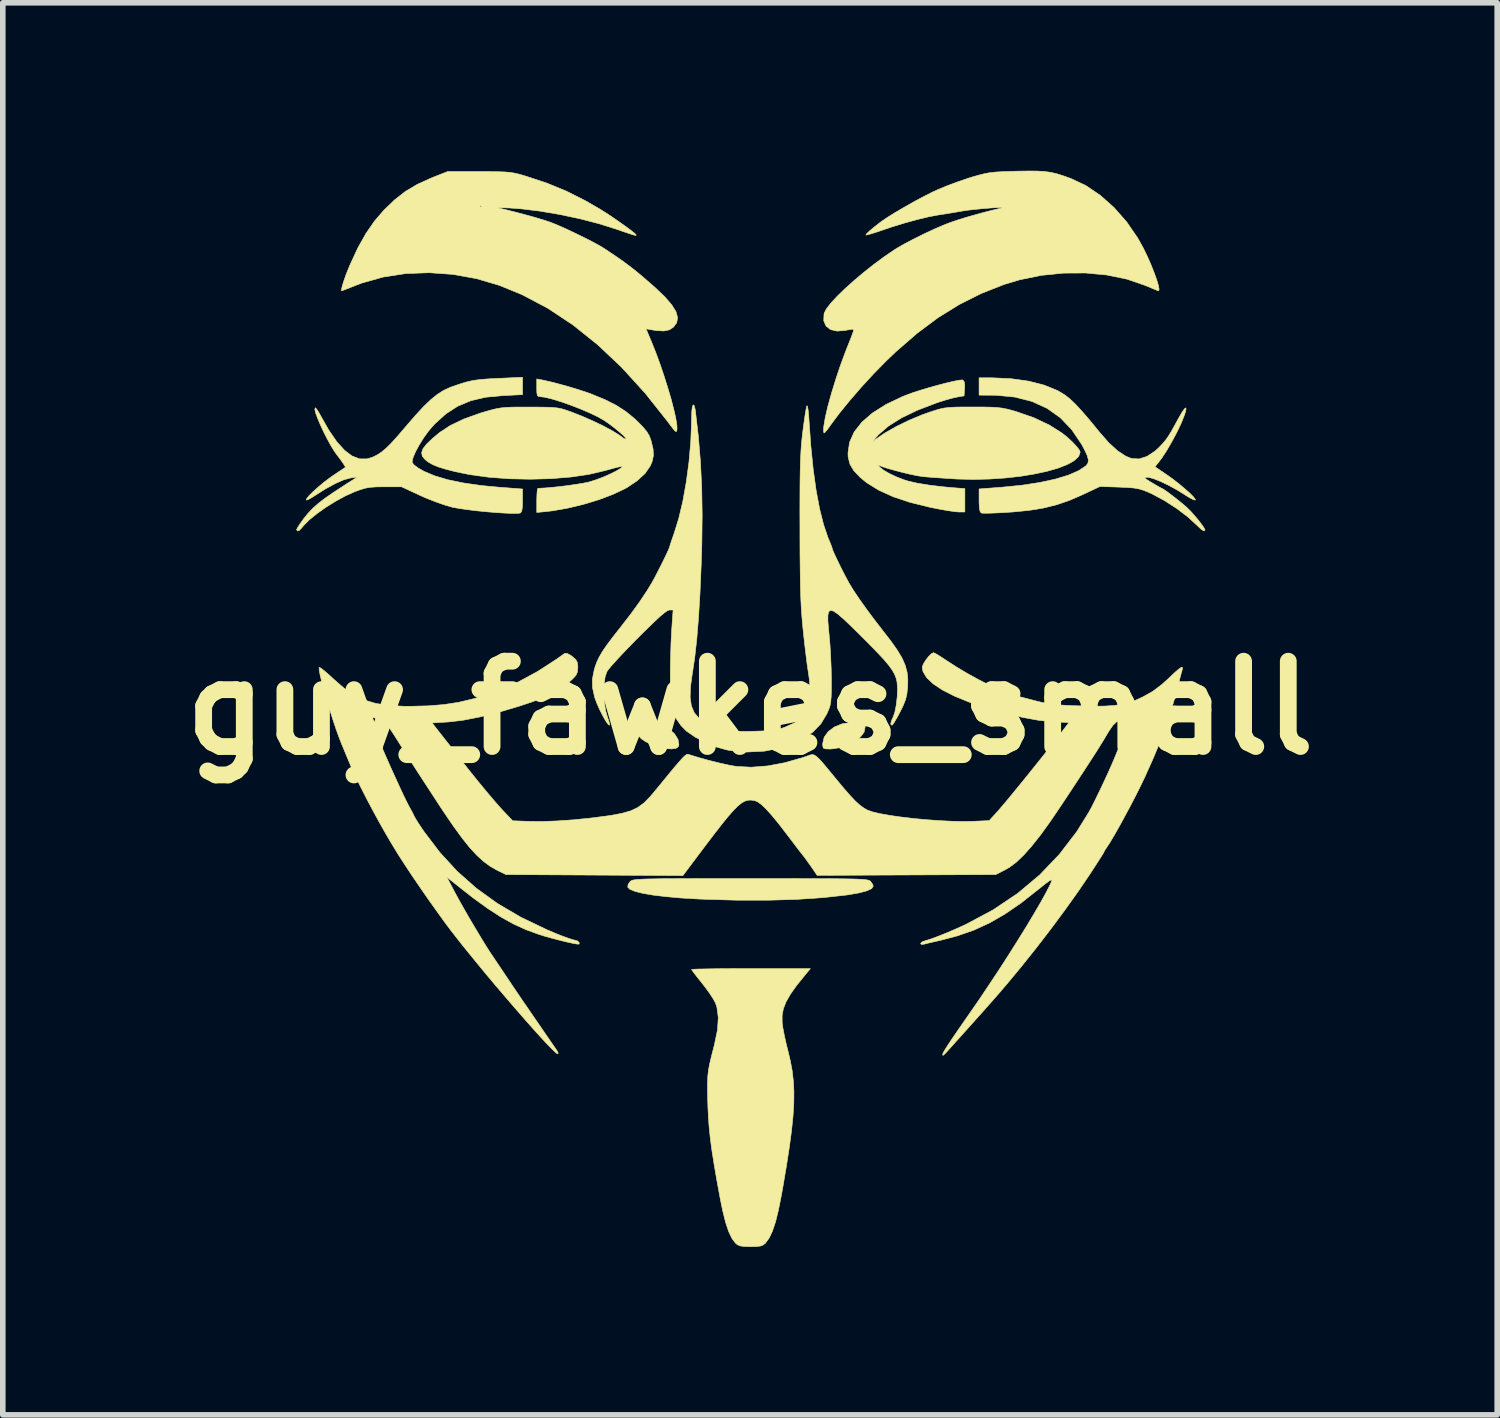
<source format=kicad_pcb>
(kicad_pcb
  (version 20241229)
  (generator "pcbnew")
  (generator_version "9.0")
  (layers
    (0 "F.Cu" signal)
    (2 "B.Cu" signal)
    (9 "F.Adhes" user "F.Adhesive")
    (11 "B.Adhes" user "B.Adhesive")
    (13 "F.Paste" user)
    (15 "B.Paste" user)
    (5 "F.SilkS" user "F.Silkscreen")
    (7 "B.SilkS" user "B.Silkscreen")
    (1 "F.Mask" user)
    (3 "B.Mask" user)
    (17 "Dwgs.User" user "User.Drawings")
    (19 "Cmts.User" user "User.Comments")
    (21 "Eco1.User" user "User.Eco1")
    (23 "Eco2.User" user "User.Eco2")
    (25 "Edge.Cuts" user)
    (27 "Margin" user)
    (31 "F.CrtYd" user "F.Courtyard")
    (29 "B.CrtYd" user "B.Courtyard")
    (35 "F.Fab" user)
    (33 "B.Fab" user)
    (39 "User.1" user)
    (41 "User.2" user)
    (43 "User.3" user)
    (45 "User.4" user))
  (footprint "guy_fawkes_small"
    (layer "F.Cu")
    (at 10.349 9.597)
    (property "Reference" "guy_fawkes_small" (at 0 0 0) (layer "F.SilkS") (effects (font (size 1.524 1.524) (thickness 0.3))))
    (attr through_hole)
    (fp_poly (pts (xy -1.792 0.259) (xy -1.677 0.268) (xy -1.594 0.287) (xy -1.52 0.323) (xy -1.453 0.369) (xy -1.349 0.462) (xy -1.287 0.561) (xy -1.271 0.654) (xy -1.28 0.69) (xy -1.32 0.721) (xy -1.4 0.733) (xy -1.506 0.726) (xy -1.627 0.7) (xy -1.731 0.665) (xy -1.859 0.606) (xy -1.945 0.549) (xy -2.002 0.482) (xy -2.033 0.421) (xy -2.053 0.344) (xy -2.036 0.293) (xy -1.975 0.265) (xy -1.868 0.256) (xy -1.792 0.259)) (stroke (width 0.01) (type solid)) (fill yes) (layer "F.SilkS"))
    (fp_poly (pts (xy 1.867 0.26) (xy 1.965 0.266) (xy 2.019 0.276) (xy 2.044 0.298) (xy 2.054 0.337) (xy 2.055 0.348) (xy 2.038 0.432) (xy 1.975 0.516) (xy 1.876 0.595) (xy 1.752 0.661) (xy 1.611 0.709) (xy 1.465 0.732) (xy 1.422 0.734) (xy 1.345 0.731) (xy 1.309 0.716) (xy 1.299 0.676) (xy 1.298 0.637) (xy 1.325 0.522) (xy 1.398 0.421) (xy 1.509 0.339) (xy 1.648 0.283) (xy 1.807 0.259) (xy 1.867 0.26)) (stroke (width 0.01) (type solid)) (fill yes) (layer "F.SilkS"))
    (fp_poly (pts (xy 0.404 3.048) (xy 0.747 3.048) (xy 1.04 3.049) (xy 1.288 3.05) (xy 1.496 3.051) (xy 1.666 3.053) (xy 1.803 3.055) (xy 1.911 3.058) (xy 1.993 3.062) (xy 2.053 3.067) (xy 2.095 3.073) (xy 2.123 3.08) (xy 2.141 3.088) (xy 2.153 3.098) (xy 2.155 3.1) (xy 2.191 3.152) (xy 2.201 3.184) (xy 2.173 3.227) (xy 2.089 3.267) (xy 1.949 3.304) (xy 1.755 3.338) (xy 1.719 3.343) (xy 1.301 3.389) (xy 0.836 3.42) (xy 0.328 3.435) (xy -0.214 3.435) (xy -0.785 3.419) (xy -0.931 3.413) (xy -1.234 3.395) (xy -1.501 3.371) (xy -1.729 3.344) (xy -1.916 3.312) (xy -2.056 3.277) (xy -2.147 3.239) (xy -2.184 3.203) (xy -2.178 3.153) (xy -2.144 3.104) (xy -2.132 3.093) (xy -2.117 3.084) (xy -2.094 3.076) (xy -2.06 3.07) (xy -2.01 3.064) (xy -1.941 3.06) (xy -1.849 3.056) (xy -1.73 3.054) (xy -1.581 3.051) (xy -1.396 3.05) (xy -1.173 3.049) (xy -0.908 3.048) (xy -0.596 3.048) (xy -0.234 3.048) (xy 0.01 3.048) (xy 0.404 3.048)) (stroke (width 0.01) (type solid)) (fill yes) (layer "F.SilkS"))
    (fp_poly (pts (xy 0.99 4.763) (xy 0.837 4.952) (xy 0.723 5.112) (xy 0.644 5.25) (xy 0.595 5.376) (xy 0.573 5.496) (xy 0.574 5.62) (xy 0.575 5.63) (xy 0.589 5.728) (xy 0.615 5.861) (xy 0.648 6.01) (xy 0.677 6.124) (xy 0.72 6.305) (xy 0.753 6.482) (xy 0.774 6.664) (xy 0.784 6.855) (xy 0.782 7.063) (xy 0.768 7.292) (xy 0.742 7.549) (xy 0.703 7.841) (xy 0.652 8.173) (xy 0.588 8.551) (xy 0.56 8.707) (xy 0.508 8.969) (xy 0.456 9.18) (xy 0.401 9.345) (xy 0.342 9.47) (xy 0.277 9.559) (xy 0.276 9.56) (xy 0.236 9.594) (xy 0.186 9.613) (xy 0.11 9.622) (xy 0.009 9.624) (xy -0.105 9.621) (xy -0.179 9.61) (xy -0.228 9.588) (xy -0.257 9.564) (xy -0.322 9.479) (xy -0.381 9.356) (xy -0.437 9.189) (xy -0.49 8.975) (xy -0.533 8.763) (xy -0.593 8.437) (xy -0.641 8.157) (xy -0.68 7.912) (xy -0.709 7.695) (xy -0.73 7.495) (xy -0.744 7.302) (xy -0.753 7.109) (xy -0.755 7.038) (xy -0.76 6.853) (xy -0.76 6.708) (xy -0.755 6.588) (xy -0.743 6.476) (xy -0.721 6.358) (xy -0.688 6.218) (xy -0.643 6.042) (xy -0.635 6.011) (xy -0.581 5.751) (xy -0.567 5.529) (xy -0.592 5.345) (xy -0.618 5.27) (xy -0.659 5.194) (xy -0.727 5.091) (xy -0.809 4.979) (xy -0.858 4.916) (xy -0.935 4.82) (xy -0.996 4.741) (xy -1.035 4.688) (xy -1.044 4.672) (xy -1.017 4.669) (xy -0.94 4.665) (xy -0.818 4.663) (xy -0.658 4.66) (xy -0.467 4.658) (xy -0.25 4.657) (xy -0.014 4.657) (xy 0.017 4.657) (xy 1.078 4.657) (xy 0.99 4.763)) (stroke (width 0.01) (type solid)) (fill yes) (layer "F.SilkS"))
    (fp_poly (pts (xy 3.8 -5.858) (xy 3.826 -5.829) (xy 3.835 -5.761) (xy 3.833 -5.709) (xy 3.824 -5.575) (xy 3.7 -5.554) (xy 3.616 -5.535) (xy 3.499 -5.503) (xy 3.372 -5.463) (xy 3.334 -5.45) (xy 2.993 -5.32) (xy 2.706 -5.182) (xy 2.472 -5.035) (xy 2.294 -4.881) (xy 2.244 -4.825) (xy 2.187 -4.755) (xy 2.244 -4.799) (xy 2.409 -4.912) (xy 2.613 -5.028) (xy 2.841 -5.139) (xy 3.075 -5.237) (xy 3.211 -5.285) (xy 3.313 -5.318) (xy 3.396 -5.342) (xy 3.474 -5.358) (xy 3.56 -5.368) (xy 3.664 -5.374) (xy 3.8 -5.376) (xy 3.979 -5.376) (xy 4.163 -5.376) (xy 4.303 -5.373) (xy 4.412 -5.367) (xy 4.504 -5.356) (xy 4.591 -5.339) (xy 4.687 -5.314) (xy 4.755 -5.294) (xy 5.072 -5.184) (xy 5.354 -5.05) (xy 5.573 -4.911) (xy 5.67 -4.834) (xy 5.761 -4.749) (xy 5.836 -4.669) (xy 5.885 -4.604) (xy 5.898 -4.569) (xy 5.871 -4.492) (xy 5.793 -4.419) (xy 5.669 -4.349) (xy 5.506 -4.285) (xy 5.308 -4.228) (xy 5.08 -4.179) (xy 4.83 -4.138) (xy 4.561 -4.108) (xy 4.28 -4.089) (xy 3.992 -4.082) (xy 3.702 -4.089) (xy 3.634 -4.093) (xy 3.472 -4.104) (xy 3.319 -4.114) (xy 3.189 -4.124) (xy 3.096 -4.132) (xy 3.073 -4.135) (xy 2.984 -4.149) (xy 2.864 -4.174) (xy 2.729 -4.206) (xy 2.592 -4.242) (xy 2.469 -4.276) (xy 2.374 -4.306) (xy 2.329 -4.324) (xy 2.29 -4.343) (xy 2.294 -4.33) (xy 2.319 -4.301) (xy 2.386 -4.247) (xy 2.492 -4.186) (xy 2.62 -4.126) (xy 2.755 -4.074) (xy 2.822 -4.053) (xy 2.993 -4.014) (xy 3.21 -3.979) (xy 3.465 -3.949) (xy 3.619 -3.935) (xy 3.838 -3.918) (xy 3.838 -3.5) (xy 3.718 -3.501) (xy 3.646 -3.508) (xy 3.533 -3.525) (xy 3.394 -3.549) (xy 3.243 -3.579) (xy 3.217 -3.584) (xy 2.863 -3.671) (xy 2.559 -3.772) (xy 2.301 -3.889) (xy 2.086 -4.022) (xy 1.971 -4.116) (xy 1.855 -4.237) (xy 1.785 -4.354) (xy 1.753 -4.482) (xy 1.75 -4.552) (xy 1.778 -4.745) (xy 1.86 -4.929) (xy 1.997 -5.104) (xy 2.186 -5.268) (xy 2.426 -5.42) (xy 2.717 -5.559) (xy 2.802 -5.593) (xy 2.914 -5.634) (xy 3.051 -5.678) (xy 3.202 -5.723) (xy 3.356 -5.766) (xy 3.502 -5.804) (xy 3.631 -5.834) (xy 3.73 -5.854) (xy 3.79 -5.86) (xy 3.8 -5.858)) (stroke (width 0.01) (type solid)) (fill yes) (layer "F.SilkS"))
    (fp_poly (pts (xy -3.718 -5.86) (xy -3.58 -5.83) (xy -3.409 -5.786) (xy -3.223 -5.734) (xy -3.043 -5.679) (xy -2.887 -5.627) (xy -2.836 -5.608) (xy -2.592 -5.508) (xy -2.39 -5.406) (xy -2.219 -5.296) (xy -2.065 -5.17) (xy -2.015 -5.122) (xy -1.913 -5.019) (xy -1.845 -4.937) (xy -1.8 -4.862) (xy -1.769 -4.779) (xy -1.767 -4.771) (xy -1.732 -4.625) (xy -1.726 -4.508) (xy -1.749 -4.401) (xy -1.78 -4.327) (xy -1.873 -4.191) (xy -2.016 -4.059) (xy -2.201 -3.935) (xy -2.23 -3.919) (xy -2.443 -3.818) (xy -2.696 -3.722) (xy -2.972 -3.638) (xy -3.254 -3.57) (xy -3.525 -3.522) (xy -3.619 -3.511) (xy -3.81 -3.492) (xy -3.81 -3.707) (xy -3.807 -3.81) (xy -3.801 -3.886) (xy -3.791 -3.922) (xy -3.789 -3.923) (xy -3.656 -3.93) (xy -3.492 -3.945) (xy -3.315 -3.965) (xy -3.142 -3.989) (xy -2.989 -4.013) (xy -2.874 -4.037) (xy -2.866 -4.039) (xy -2.753 -4.075) (xy -2.628 -4.122) (xy -2.504 -4.176) (xy -2.395 -4.23) (xy -2.314 -4.279) (xy -2.275 -4.313) (xy -2.295 -4.315) (xy -2.359 -4.302) (xy -2.457 -4.277) (xy -2.58 -4.243) (xy -2.591 -4.24) (xy -2.876 -4.173) (xy -3.201 -4.125) (xy -3.555 -4.096) (xy -3.925 -4.086) (xy -4.298 -4.094) (xy -4.663 -4.121) (xy -5.005 -4.168) (xy -5.263 -4.22) (xy -5.441 -4.266) (xy -5.575 -4.308) (xy -5.674 -4.349) (xy -5.751 -4.394) (xy -5.807 -4.439) (xy -5.855 -4.498) (xy -5.867 -4.561) (xy -5.842 -4.632) (xy -5.775 -4.717) (xy -5.665 -4.821) (xy -5.546 -4.92) (xy -5.356 -5.045) (xy -5.114 -5.161) (xy -4.821 -5.266) (xy -4.727 -5.294) (xy -4.622 -5.324) (xy -4.533 -5.345) (xy -4.448 -5.36) (xy -4.354 -5.369) (xy -4.239 -5.374) (xy -4.09 -5.375) (xy -3.937 -5.375) (xy -3.755 -5.374) (xy -3.618 -5.372) (xy -3.514 -5.367) (xy -3.432 -5.358) (xy -3.361 -5.343) (xy -3.289 -5.321) (xy -3.204 -5.291) (xy -3.189 -5.286) (xy -2.995 -5.209) (xy -2.801 -5.124) (xy -2.618 -5.036) (xy -2.459 -4.95) (xy -2.334 -4.873) (xy -2.279 -4.831) (xy -2.235 -4.804) (xy -2.214 -4.804) (xy -2.226 -4.828) (xy -2.273 -4.877) (xy -2.346 -4.941) (xy -2.433 -5.012) (xy -2.525 -5.081) (xy -2.61 -5.14) (xy -2.611 -5.14) (xy -2.725 -5.204) (xy -2.872 -5.274) (xy -3.038 -5.345) (xy -3.213 -5.412) (xy -3.383 -5.472) (xy -3.537 -5.519) (xy -3.663 -5.55) (xy -3.743 -5.56) (xy -3.781 -5.564) (xy -3.801 -5.587) (xy -3.809 -5.64) (xy -3.81 -5.719) (xy -3.81 -5.877) (xy -3.718 -5.86)) (stroke (width 0.01) (type solid)) (fill yes) (layer "F.SilkS"))
    (fp_poly (pts (xy -4.645 -9.581) (xy -4.495 -9.579) (xy -4.38 -9.575) (xy -4.287 -9.567) (xy -4.207 -9.554) (xy -4.127 -9.536) (xy -4.038 -9.51) (xy -4.008 -9.501) (xy -3.63 -9.376) (xy -3.282 -9.233) (xy -2.941 -9.061) (xy -2.696 -8.92) (xy -2.587 -8.852) (xy -2.468 -8.774) (xy -2.348 -8.691) (xy -2.235 -8.611) (xy -2.139 -8.54) (xy -2.069 -8.485) (xy -2.034 -8.452) (xy -2.032 -8.447) (xy -2.042 -8.442) (xy -2.078 -8.449) (xy -2.146 -8.47) (xy -2.254 -8.506) (xy -2.385 -8.552) (xy -2.693 -8.649) (xy -3.035 -8.738) (xy -3.394 -8.814) (xy -3.75 -8.875) (xy -4.086 -8.916) (xy -4.29 -8.931) (xy -4.395 -8.935) (xy -4.467 -8.935) (xy -4.496 -8.933) (xy -4.487 -8.929) (xy -4.356 -8.899) (xy -4.198 -8.859) (xy -4.027 -8.814) (xy -3.859 -8.768) (xy -3.709 -8.723) (xy -3.593 -8.686) (xy -3.556 -8.673) (xy -3.434 -8.623) (xy -3.284 -8.557) (xy -3.12 -8.479) (xy -2.956 -8.399) (xy -2.804 -8.321) (xy -2.679 -8.253) (xy -2.603 -8.207) (xy -2.408 -8.076) (xy -2.245 -7.962) (xy -2.099 -7.852) (xy -1.954 -7.734) (xy -1.794 -7.596) (xy -1.696 -7.51) (xy -1.523 -7.345) (xy -1.399 -7.202) (xy -1.323 -7.079) (xy -1.294 -6.973) (xy -1.31 -6.881) (xy -1.369 -6.802) (xy -1.443 -6.754) (xy -1.541 -6.734) (xy -1.673 -6.742) (xy -1.74 -6.752) (xy -1.858 -6.773) (xy -1.76 -6.54) (xy -1.685 -6.353) (xy -1.61 -6.149) (xy -1.538 -5.936) (xy -1.471 -5.724) (xy -1.411 -5.522) (xy -1.363 -5.337) (xy -1.327 -5.18) (xy -1.307 -5.058) (xy -1.304 -4.987) (xy -1.309 -4.949) (xy -1.32 -4.935) (xy -1.344 -4.952) (xy -1.386 -5.002) (xy -1.455 -5.093) (xy -1.467 -5.111) (xy -1.873 -5.622) (xy -2.291 -6.082) (xy -2.721 -6.488) (xy -3.162 -6.841) (xy -3.613 -7.14) (xy -4.075 -7.384) (xy -4.473 -7.547) (xy -4.885 -7.669) (xy -5.307 -7.745) (xy -5.731 -7.775) (xy -6.149 -7.76) (xy -6.552 -7.698) (xy -6.933 -7.591) (xy -7.043 -7.549) (xy -7.15 -7.507) (xy -7.236 -7.473) (xy -7.287 -7.454) (xy -7.296 -7.451) (xy -7.299 -7.475) (xy -7.284 -7.54) (xy -7.254 -7.636) (xy -7.213 -7.752) (xy -7.163 -7.876) (xy -7.146 -7.916) (xy -7.006 -8.219) (xy -6.862 -8.475) (xy -6.709 -8.697) (xy -6.542 -8.891) (xy -6.469 -8.961) (xy -4.826 -8.961) (xy -4.812 -8.946) (xy -4.798 -8.961) (xy -4.812 -8.975) (xy -4.826 -8.961) (xy -6.469 -8.961) (xy -6.348 -9.078) (xy -6.156 -9.228) (xy -5.947 -9.352) (xy -5.704 -9.463) (xy -5.64 -9.489) (xy -5.405 -9.581) (xy -4.84 -9.581) (xy -4.645 -9.581)) (stroke (width 0.01) (type solid)) (fill yes) (layer "F.SilkS"))
    (fp_poly (pts (xy 4.311 -5.898) (xy 4.659 -5.882) (xy 4.977 -5.838) (xy 5.258 -5.766) (xy 5.497 -5.668) (xy 5.627 -5.59) (xy 5.714 -5.521) (xy 5.817 -5.423) (xy 5.939 -5.29) (xy 6.085 -5.12) (xy 6.244 -4.925) (xy 6.409 -4.737) (xy 6.567 -4.593) (xy 6.715 -4.496) (xy 6.813 -4.457) (xy 6.95 -4.448) (xy 7.093 -4.494) (xy 7.24 -4.592) (xy 7.317 -4.664) (xy 7.376 -4.727) (xy 7.425 -4.786) (xy 7.472 -4.852) (xy 7.524 -4.936) (xy 7.588 -5.051) (xy 7.655 -5.173) (xy 7.72 -5.286) (xy 7.764 -5.347) (xy 7.787 -5.36) (xy 7.788 -5.326) (xy 7.766 -5.247) (xy 7.719 -5.127) (xy 7.698 -5.077) (xy 7.624 -4.922) (xy 7.536 -4.757) (xy 7.444 -4.598) (xy 7.356 -4.464) (xy 7.301 -4.391) (xy 7.234 -4.308) (xy 7.439 -4.17) (xy 7.55 -4.091) (xy 7.662 -4.004) (xy 7.766 -3.917) (xy 7.856 -3.837) (xy 7.921 -3.771) (xy 7.954 -3.726) (xy 7.955 -3.713) (xy 7.925 -3.719) (xy 7.862 -3.75) (xy 7.778 -3.801) (xy 7.764 -3.811) (xy 7.623 -3.898) (xy 7.476 -3.978) (xy 7.336 -4.045) (xy 7.214 -4.094) (xy 7.123 -4.119) (xy 7.1 -4.12) (xy 7.06 -4.118) (xy 7.053 -4.107) (xy 7.083 -4.082) (xy 7.157 -4.036) (xy 7.181 -4.022) (xy 7.265 -3.972) (xy 7.328 -3.937) (xy 7.356 -3.923) (xy 7.357 -3.923) (xy 7.388 -3.906) (xy 7.45 -3.863) (xy 7.534 -3.8) (xy 7.626 -3.729) (xy 7.716 -3.656) (xy 7.792 -3.592) (xy 7.811 -3.574) (xy 7.879 -3.506) (xy 7.954 -3.421) (xy 8.026 -3.334) (xy 8.085 -3.255) (xy 8.121 -3.198) (xy 8.128 -3.178) (xy 8.112 -3.161) (xy 8.065 -3.187) (xy 7.991 -3.256) (xy 7.985 -3.262) (xy 7.822 -3.412) (xy 7.623 -3.563) (xy 7.406 -3.703) (xy 7.189 -3.82) (xy 7.112 -3.855) (xy 7.023 -3.891) (xy 6.94 -3.915) (xy 6.847 -3.93) (xy 6.728 -3.939) (xy 6.59 -3.945) (xy 6.251 -3.956) (xy 5.941 -3.81) (xy 5.704 -3.707) (xy 5.476 -3.629) (xy 5.241 -3.571) (xy 4.984 -3.529) (xy 4.688 -3.5) (xy 4.635 -3.497) (xy 4.477 -3.487) (xy 4.338 -3.481) (xy 4.227 -3.478) (xy 4.155 -3.479) (xy 4.134 -3.482) (xy 4.111 -3.506) (xy 4.098 -3.565) (xy 4.092 -3.666) (xy 4.092 -3.705) (xy 4.092 -3.912) (xy 4.508 -3.944) (xy 4.861 -3.979) (xy 5.178 -4.028) (xy 5.455 -4.088) (xy 5.688 -4.159) (xy 5.873 -4.24) (xy 6.002 -4.326) (xy 6.036 -4.371) (xy 6.045 -4.428) (xy 6.025 -4.507) (xy 5.974 -4.616) (xy 5.924 -4.709) (xy 5.749 -4.969) (xy 5.544 -5.184) (xy 5.307 -5.352) (xy 5.037 -5.475) (xy 4.733 -5.553) (xy 4.396 -5.586) (xy 4.311 -5.587) (xy 4.092 -5.588) (xy 4.092 -5.898) (xy 4.311 -5.898)) (stroke (width 0.01) (type solid)) (fill yes) (layer "F.SilkS"))
    (fp_poly (pts (xy -4.064 -5.597) (xy -4.426 -5.579) (xy -4.728 -5.55) (xy -4.99 -5.488) (xy -5.221 -5.391) (xy -5.432 -5.255) (xy -5.632 -5.074) (xy -5.654 -5.051) (xy -5.743 -4.947) (xy -5.831 -4.825) (xy -5.91 -4.698) (xy -5.976 -4.576) (xy -6.02 -4.473) (xy -6.036 -4.398) (xy -6.035 -4.385) (xy -6.004 -4.343) (xy -5.928 -4.286) (xy -5.823 -4.226) (xy -5.636 -4.147) (xy -5.4 -4.077) (xy -5.119 -4.019) (xy -4.8 -3.973) (xy -4.494 -3.944) (xy -4.064 -3.911) (xy -4.064 -3.704) (xy -4.067 -3.59) (xy -4.077 -3.521) (xy -4.097 -3.487) (xy -4.107 -3.481) (xy -4.159 -3.475) (xy -4.257 -3.475) (xy -4.39 -3.481) (xy -4.545 -3.491) (xy -4.714 -3.505) (xy -4.885 -3.522) (xy -5.046 -3.542) (xy -5.188 -3.562) (xy -5.3 -3.582) (xy -5.32 -3.586) (xy -5.451 -3.624) (xy -5.611 -3.68) (xy -5.777 -3.745) (xy -5.9 -3.799) (xy -6.226 -3.951) (xy -6.529 -3.951) (xy -6.674 -3.949) (xy -6.782 -3.942) (xy -6.873 -3.926) (xy -6.969 -3.897) (xy -7.064 -3.862) (xy -7.227 -3.789) (xy -7.401 -3.694) (xy -7.575 -3.586) (xy -7.737 -3.471) (xy -7.875 -3.359) (xy -7.976 -3.257) (xy -8.004 -3.222) (xy -8.048 -3.175) (xy -8.085 -3.161) (xy -8.1 -3.186) (xy -8.084 -3.22) (xy -8.042 -3.285) (xy -7.983 -3.367) (xy -7.976 -3.377) (xy -7.898 -3.474) (xy -7.814 -3.563) (xy -7.716 -3.65) (xy -7.595 -3.744) (xy -7.443 -3.849) (xy -7.252 -3.974) (xy -7.211 -4.001) (xy -7.013 -4.126) (xy -7.139 -4.108) (xy -7.259 -4.075) (xy -7.411 -4.008) (xy -7.588 -3.911) (xy -7.762 -3.801) (xy -7.841 -3.751) (xy -7.901 -3.719) (xy -7.927 -3.713) (xy -7.919 -3.741) (xy -7.874 -3.795) (xy -7.801 -3.868) (xy -7.709 -3.95) (xy -7.606 -4.036) (xy -7.501 -4.115) (xy -7.444 -4.155) (xy -7.225 -4.301) (xy -7.271 -4.373) (xy -7.323 -4.447) (xy -7.365 -4.501) (xy -7.421 -4.578) (xy -7.485 -4.681) (xy -7.551 -4.801) (xy -7.616 -4.929) (xy -7.675 -5.056) (xy -7.724 -5.171) (xy -7.759 -5.267) (xy -7.775 -5.334) (xy -7.768 -5.362) (xy -7.766 -5.362) (xy -7.743 -5.339) (xy -7.705 -5.281) (xy -7.676 -5.229) (xy -7.527 -4.966) (xy -7.384 -4.758) (xy -7.245 -4.603) (xy -7.11 -4.501) (xy -6.976 -4.45) (xy -6.842 -4.449) (xy -6.739 -4.481) (xy -6.66 -4.521) (xy -6.584 -4.57) (xy -6.505 -4.636) (xy -6.415 -4.724) (xy -6.307 -4.843) (xy -6.173 -4.999) (xy -6.152 -5.024) (xy -5.98 -5.223) (xy -5.833 -5.382) (xy -5.704 -5.506) (xy -5.587 -5.601) (xy -5.476 -5.672) (xy -5.363 -5.724) (xy -5.326 -5.738) (xy -5.184 -5.787) (xy -5.066 -5.823) (xy -4.956 -5.848) (xy -4.838 -5.865) (xy -4.697 -5.877) (xy -4.518 -5.887) (xy -4.48 -5.888) (xy -4.064 -5.907) (xy -4.064 -5.597)) (stroke (width 0.01) (type solid)) (fill yes) (layer "F.SilkS"))
    (fp_poly (pts (xy 5.132 -9.591) (xy 5.263 -9.583) (xy 5.378 -9.567) (xy 5.49 -9.54) (xy 5.614 -9.5) (xy 5.729 -9.459) (xy 5.998 -9.333) (xy 6.258 -9.157) (xy 6.504 -8.938) (xy 6.729 -8.682) (xy 6.925 -8.397) (xy 7.027 -8.213) (xy 7.099 -8.064) (xy 7.165 -7.914) (xy 7.221 -7.772) (xy 7.266 -7.646) (xy 7.296 -7.544) (xy 7.308 -7.477) (xy 7.299 -7.451) (xy 7.298 -7.451) (xy 7.269 -7.461) (xy 7.2 -7.489) (xy 7.105 -7.529) (xy 7.061 -7.547) (xy 6.734 -7.66) (xy 6.375 -7.734) (xy 5.995 -7.77) (xy 5.602 -7.768) (xy 5.206 -7.728) (xy 4.818 -7.649) (xy 4.539 -7.565) (xy 4.128 -7.403) (xy 3.738 -7.207) (xy 3.36 -6.973) (xy 2.987 -6.695) (xy 2.612 -6.37) (xy 2.431 -6.197) (xy 2.211 -5.973) (xy 1.99 -5.733) (xy 1.779 -5.489) (xy 1.589 -5.255) (xy 1.431 -5.043) (xy 1.424 -5.031) (xy 1.373 -4.963) (xy 1.335 -4.92) (xy 1.322 -4.911) (xy 1.314 -4.936) (xy 1.314 -4.998) (xy 1.318 -5.031) (xy 1.344 -5.188) (xy 1.39 -5.387) (xy 1.453 -5.614) (xy 1.528 -5.859) (xy 1.612 -6.111) (xy 1.703 -6.358) (xy 1.777 -6.545) (xy 1.816 -6.643) (xy 1.843 -6.719) (xy 1.854 -6.761) (xy 1.853 -6.764) (xy 1.822 -6.765) (xy 1.754 -6.755) (xy 1.701 -6.744) (xy 1.555 -6.732) (xy 1.438 -6.759) (xy 1.357 -6.823) (xy 1.317 -6.917) (xy 1.322 -7.039) (xy 1.326 -7.055) (xy 1.365 -7.13) (xy 1.444 -7.232) (xy 1.556 -7.353) (xy 1.696 -7.489) (xy 1.857 -7.634) (xy 2.032 -7.781) (xy 2.215 -7.926) (xy 2.4 -8.063) (xy 2.58 -8.185) (xy 2.631 -8.217) (xy 2.76 -8.291) (xy 2.924 -8.377) (xy 3.107 -8.468) (xy 3.292 -8.554) (xy 3.461 -8.627) (xy 3.563 -8.667) (xy 3.694 -8.712) (xy 3.861 -8.764) (xy 4.047 -8.817) (xy 4.233 -8.867) (xy 4.401 -8.909) (xy 4.487 -8.929) (xy 4.514 -8.937) (xy 4.494 -8.94) (xy 4.436 -8.939) (xy 4.35 -8.935) (xy 4.244 -8.927) (xy 4.128 -8.917) (xy 4.01 -8.905) (xy 3.901 -8.893) (xy 3.81 -8.88) (xy 3.782 -8.875) (xy 3.642 -8.851) (xy 3.497 -8.827) (xy 3.375 -8.808) (xy 3.364 -8.807) (xy 3.199 -8.776) (xy 2.995 -8.727) (xy 2.768 -8.665) (xy 2.53 -8.592) (xy 2.36 -8.534) (xy 2.244 -8.495) (xy 2.149 -8.466) (xy 2.087 -8.45) (xy 2.069 -8.448) (xy 2.083 -8.471) (xy 2.136 -8.522) (xy 2.22 -8.592) (xy 2.329 -8.677) (xy 2.334 -8.681) (xy 2.44 -8.754) (xy 2.583 -8.844) (xy 2.75 -8.942) (xy 2.928 -9.043) (xy 3.103 -9.136) (xy 3.262 -9.217) (xy 3.361 -9.262) (xy 3.522 -9.329) (xy 3.709 -9.398) (xy 3.889 -9.46) (xy 3.965 -9.484) (xy 4.084 -9.518) (xy 4.184 -9.543) (xy 4.279 -9.561) (xy 4.383 -9.573) (xy 4.508 -9.58) (xy 4.67 -9.586) (xy 4.77 -9.589) (xy 4.973 -9.592) (xy 5.132 -9.591)) (stroke (width 0.01) (type solid)) (fill yes) (layer "F.SilkS"))
    (fp_poly (pts (xy -0.998 -5.402) (xy -0.981 -5.337) (xy -0.975 -5.299) (xy -0.923 -4.849) (xy -0.886 -4.398) (xy -0.863 -3.934) (xy -0.855 -3.446) (xy -0.861 -2.922) (xy -0.873 -2.54) (xy -0.894 -2.05) (xy -0.92 -1.614) (xy -0.951 -1.232) (xy -0.987 -0.906) (xy -1.027 -0.636) (xy -1.03 -0.621) (xy -1.063 -0.384) (xy -1.07 -0.191) (xy -1.048 -0.036) (xy -0.996 0.086) (xy -0.911 0.183) (xy -0.793 0.259) (xy -0.79 0.261) (xy -0.652 0.326) (xy -0.528 0.372) (xy -0.403 0.401) (xy -0.262 0.416) (xy -0.092 0.42) (xy 0.066 0.417) (xy 0.239 0.411) (xy 0.369 0.402) (xy 0.469 0.388) (xy 0.552 0.369) (xy 0.625 0.343) (xy 0.799 0.265) (xy 0.924 0.184) (xy 1.007 0.09) (xy 1.054 -0.025) (xy 1.074 -0.172) (xy 1.075 -0.245) (xy 1.071 -0.379) (xy 1.059 -0.514) (xy 1.044 -0.621) (xy 1.032 -0.698) (xy 1.015 -0.819) (xy 0.996 -0.973) (xy 0.975 -1.148) (xy 0.955 -1.332) (xy 0.954 -1.341) (xy 0.939 -1.487) (xy 0.927 -1.627) (xy 0.917 -1.767) (xy 0.909 -1.914) (xy 0.903 -2.077) (xy 0.899 -2.263) (xy 0.896 -2.478) (xy 0.893 -2.732) (xy 0.892 -3.03) (xy 0.892 -3.203) (xy 0.891 -3.524) (xy 0.892 -3.795) (xy 0.893 -4.023) (xy 0.896 -4.214) (xy 0.9 -4.377) (xy 0.906 -4.516) (xy 0.913 -4.64) (xy 0.923 -4.755) (xy 0.934 -4.867) (xy 0.943 -4.939) (xy 0.963 -5.091) (xy 0.982 -5.223) (xy 0.999 -5.325) (xy 1.012 -5.387) (xy 1.017 -5.4) (xy 1.027 -5.384) (xy 1.038 -5.322) (xy 1.048 -5.223) (xy 1.055 -5.118) (xy 1.087 -4.67) (xy 1.129 -4.258) (xy 1.181 -3.885) (xy 1.243 -3.556) (xy 1.314 -3.274) (xy 1.392 -3.044) (xy 1.412 -2.997) (xy 1.444 -2.919) (xy 1.465 -2.862) (xy 1.468 -2.847) (xy 1.48 -2.812) (xy 1.512 -2.739) (xy 1.559 -2.641) (xy 1.614 -2.527) (xy 1.672 -2.412) (xy 1.728 -2.306) (xy 1.772 -2.225) (xy 1.849 -2.099) (xy 1.955 -1.942) (xy 2.08 -1.766) (xy 2.217 -1.582) (xy 2.356 -1.402) (xy 2.361 -1.395) (xy 2.514 -1.198) (xy 2.631 -1.033) (xy 2.716 -0.89) (xy 2.773 -0.761) (xy 2.806 -0.637) (xy 2.819 -0.509) (xy 2.816 -0.369) (xy 2.815 -0.363) (xy 2.802 -0.248) (xy 2.778 -0.147) (xy 2.734 -0.037) (xy 2.679 0.074) (xy 2.624 0.176) (xy 2.577 0.256) (xy 2.544 0.303) (xy 2.535 0.31) (xy 2.513 0.289) (xy 2.527 0.227) (xy 2.555 0.168) (xy 2.587 0.077) (xy 2.612 -0.051) (xy 2.629 -0.196) (xy 2.635 -0.337) (xy 2.627 -0.454) (xy 2.627 -0.457) (xy 2.611 -0.529) (xy 2.583 -0.601) (xy 2.54 -0.677) (xy 2.476 -0.765) (xy 2.388 -0.869) (xy 2.269 -0.996) (xy 2.117 -1.152) (xy 1.994 -1.275) (xy 1.818 -1.449) (xy 1.678 -1.582) (xy 1.57 -1.676) (xy 1.491 -1.73) (xy 1.437 -1.744) (xy 1.405 -1.718) (xy 1.391 -1.654) (xy 1.391 -1.55) (xy 1.403 -1.408) (xy 1.413 -1.306) (xy 1.429 -1.122) (xy 1.441 -0.909) (xy 1.45 -0.691) (xy 1.453 -0.497) (xy 1.453 -0.494) (xy 1.453 -0.329) (xy 1.45 -0.208) (xy 1.443 -0.119) (xy 1.432 -0.05) (xy 1.413 0.011) (xy 1.385 0.077) (xy 1.372 0.106) (xy 1.266 0.283) (xy 1.121 0.433) (xy 0.931 0.561) (xy 0.83 0.612) (xy 0.557 0.713) (xy 0.258 0.772) (xy -0.054 0.788) (xy -0.366 0.759) (xy -0.423 0.748) (xy -0.601 0.698) (xy -0.794 0.619) (xy -0.978 0.522) (xy -1.13 0.418) (xy -1.137 0.413) (xy -1.231 0.317) (xy -1.316 0.196) (xy -1.343 0.149) (xy -1.372 0.09) (xy -1.393 0.039) (xy -1.408 -0.014) (xy -1.417 -0.079) (xy -1.422 -0.167) (xy -1.424 -0.286) (xy -1.425 -0.448) (xy -1.424 -0.536) (xy -1.423 -0.734) (xy -1.418 -0.943) (xy -1.412 -1.144) (xy -1.404 -1.318) (xy -1.399 -1.404) (xy -1.374 -1.75) (xy -1.441 -1.75) (xy -1.476 -1.737) (xy -1.532 -1.698) (xy -1.614 -1.629) (xy -1.723 -1.527) (xy -1.865 -1.389) (xy -2.006 -1.249) (xy -2.146 -1.106) (xy -2.276 -0.971) (xy -2.388 -0.85) (xy -2.477 -0.751) (xy -2.536 -0.679) (xy -2.557 -0.649) (xy -2.589 -0.552) (xy -2.608 -0.416) (xy -2.612 -0.26) (xy -2.602 -0.098) (xy -2.579 0.051) (xy -2.547 0.162) (xy -2.52 0.242) (xy -2.508 0.296) (xy -2.513 0.31) (xy -2.541 0.286) (xy -2.584 0.223) (xy -2.635 0.132) (xy -2.688 0.027) (xy -2.735 -0.08) (xy -2.771 -0.176) (xy -2.777 -0.196) (xy -2.814 -0.363) (xy -2.816 -0.515) (xy -2.784 -0.679) (xy -2.77 -0.727) (xy -2.738 -0.818) (xy -2.695 -0.908) (xy -2.638 -1.007) (xy -2.559 -1.122) (xy -2.455 -1.261) (xy -2.319 -1.434) (xy -2.306 -1.451) (xy -2.132 -1.675) (xy -1.972 -1.896) (xy -1.836 -2.1) (xy -1.749 -2.244) (xy -1.705 -2.324) (xy -1.652 -2.427) (xy -1.594 -2.54) (xy -1.538 -2.653) (xy -1.49 -2.753) (xy -1.455 -2.828) (xy -1.44 -2.867) (xy -1.439 -2.869) (xy -1.43 -2.902) (xy -1.406 -2.975) (xy -1.372 -3.074) (xy -1.357 -3.116) (xy -1.274 -3.383) (xy -1.2 -3.694) (xy -1.139 -4.034) (xy -1.091 -4.392) (xy -1.059 -4.753) (xy -1.045 -5.106) (xy -1.044 -5.186) (xy -1.04 -5.304) (xy -1.03 -5.382) (xy -1.015 -5.416) (xy -0.998 -5.402)) (stroke (width 0.01) (type solid)) (fill yes) (layer "F.SilkS"))
    (fp_poly (pts (xy 3.311 -0.973) (xy 3.378 -0.933) (xy 3.464 -0.877) (xy 3.478 -0.868) (xy 3.67 -0.743) (xy 3.877 -0.619) (xy 4.09 -0.502) (xy 4.296 -0.397) (xy 4.484 -0.311) (xy 4.645 -0.248) (xy 4.727 -0.224) (xy 4.79 -0.207) (xy 4.892 -0.181) (xy 5.015 -0.149) (xy 5.094 -0.128) (xy 5.213 -0.099) (xy 5.325 -0.077) (xy 5.444 -0.061) (xy 5.585 -0.05) (xy 5.76 -0.041) (xy 5.884 -0.037) (xy 6.134 -0.031) (xy 6.339 -0.033) (xy 6.508 -0.044) (xy 6.652 -0.066) (xy 6.781 -0.099) (xy 6.907 -0.146) (xy 7.022 -0.199) (xy 7.196 -0.297) (xy 7.356 -0.418) (xy 7.474 -0.524) (xy 7.585 -0.63) (xy 7.662 -0.696) (xy 7.708 -0.727) (xy 7.727 -0.724) (xy 7.723 -0.689) (xy 7.721 -0.684) (xy 7.707 -0.635) (xy 7.684 -0.547) (xy 7.656 -0.438) (xy 7.648 -0.409) (xy 7.572 -0.123) (xy 7.493 0.139) (xy 7.407 0.39) (xy 7.309 0.646) (xy 7.194 0.921) (xy 7.055 1.23) (xy 7.049 1.242) (xy 6.978 1.391) (xy 6.892 1.563) (xy 6.796 1.748) (xy 6.696 1.934) (xy 6.599 2.112) (xy 6.509 2.27) (xy 6.433 2.399) (xy 6.375 2.488) (xy 6.375 2.488) (xy 6.338 2.543) (xy 6.322 2.575) (xy 6.322 2.576) (xy 6.307 2.603) (xy 6.266 2.669) (xy 6.204 2.765) (xy 6.127 2.885) (xy 6.064 2.981) (xy 5.861 3.28) (xy 5.629 3.605) (xy 5.378 3.944) (xy 5.118 4.282) (xy 4.859 4.606) (xy 4.829 4.643) (xy 4.733 4.759) (xy 4.648 4.862) (xy 4.567 4.958) (xy 4.485 5.054) (xy 4.396 5.157) (xy 4.293 5.274) (xy 4.172 5.411) (xy 4.025 5.575) (xy 3.848 5.773) (xy 3.813 5.812) (xy 3.686 5.953) (xy 3.592 6.058) (xy 3.526 6.131) (xy 3.483 6.177) (xy 3.458 6.2) (xy 3.446 6.207) (xy 3.443 6.201) (xy 3.443 6.188) (xy 3.443 6.186) (xy 3.452 6.159) (xy 3.482 6.107) (xy 3.534 6.025) (xy 3.61 5.91) (xy 3.714 5.758) (xy 3.847 5.566) (xy 3.93 5.447) (xy 4.102 5.198) (xy 4.276 4.938) (xy 4.451 4.674) (xy 4.621 4.41) (xy 4.783 4.153) (xy 4.935 3.908) (xy 5.071 3.681) (xy 5.189 3.479) (xy 5.285 3.306) (xy 5.356 3.169) (xy 5.392 3.086) (xy 5.388 3.069) (xy 5.35 3.087) (xy 5.276 3.141) (xy 5.162 3.232) (xy 5.143 3.247) (xy 4.839 3.487) (xy 4.553 3.683) (xy 4.275 3.843) (xy 3.993 3.972) (xy 3.697 4.074) (xy 3.409 4.15) (xy 3.289 4.177) (xy 3.186 4.201) (xy 3.116 4.219) (xy 3.097 4.223) (xy 3.056 4.222) (xy 3.048 4.208) (xy 3.072 4.18) (xy 3.126 4.16) (xy 3.216 4.133) (xy 3.344 4.086) (xy 3.496 4.026) (xy 3.66 3.956) (xy 3.822 3.883) (xy 3.866 3.862) (xy 4.345 3.606) (xy 4.781 3.313) (xy 5.175 2.983) (xy 5.527 2.615) (xy 5.838 2.209) (xy 6.054 1.861) (xy 6.105 1.767) (xy 6.171 1.635) (xy 6.247 1.478) (xy 6.326 1.312) (xy 6.401 1.149) (xy 6.466 1.003) (xy 6.514 0.889) (xy 6.52 0.875) (xy 6.555 0.789) (xy 6.603 0.673) (xy 6.657 0.547) (xy 6.674 0.508) (xy 6.736 0.363) (xy 6.779 0.263) (xy 6.803 0.2) (xy 6.81 0.166) (xy 6.8 0.155) (xy 6.777 0.159) (xy 6.74 0.171) (xy 6.736 0.172) (xy 6.627 0.207) (xy 6.548 0.249) (xy 6.484 0.309) (xy 6.42 0.401) (xy 6.384 0.459) (xy 6.324 0.561) (xy 6.258 0.668) (xy 6.184 0.786) (xy 6.097 0.921) (xy 5.994 1.08) (xy 5.871 1.268) (xy 5.724 1.491) (xy 5.566 1.73) (xy 5.369 2.021) (xy 5.193 2.265) (xy 5.035 2.465) (xy 4.892 2.626) (xy 4.761 2.752) (xy 4.638 2.845) (xy 4.553 2.894) (xy 4.389 2.977) (xy 2.794 2.984) (xy 1.199 2.991) (xy 1.101 2.847) (xy 1.036 2.756) (xy 0.975 2.671) (xy 0.942 2.629) (xy 0.901 2.577) (xy 0.835 2.492) (xy 0.755 2.386) (xy 0.679 2.286) (xy 0.524 2.084) (xy 0.395 1.926) (xy 0.289 1.808) (xy 0.203 1.725) (xy 0.132 1.675) (xy 0.077 1.654) (xy 0.018 1.646) (xy -0.037 1.649) (xy -0.093 1.665) (xy -0.152 1.699) (xy -0.22 1.754) (xy -0.299 1.834) (xy -0.394 1.942) (xy -0.509 2.084) (xy -0.646 2.261) (xy -0.811 2.478) (xy -0.917 2.619) (xy -1.199 2.995) (xy -2.78 2.986) (xy -4.36 2.977) (xy -4.516 2.901) (xy -4.639 2.831) (xy -4.76 2.743) (xy -4.882 2.631) (xy -5.011 2.491) (xy -5.149 2.318) (xy -5.303 2.106) (xy -5.477 1.851) (xy -5.534 1.764) (xy -5.687 1.53) (xy -5.815 1.333) (xy -5.926 1.163) (xy -6.025 1.009) (xy -6.119 0.862) (xy -6.214 0.712) (xy -6.288 0.595) (xy -6.375 0.458) (xy -6.439 0.361) (xy -6.489 0.296) (xy -6.532 0.253) (xy -6.576 0.225) (xy -6.628 0.204) (xy -6.655 0.194) (xy -6.735 0.171) (xy -6.788 0.164) (xy -6.802 0.17) (xy -6.791 0.209) (xy -6.763 0.28) (xy -6.734 0.345) (xy -6.687 0.45) (xy -6.631 0.578) (xy -6.582 0.691) (xy -6.503 0.872) (xy -6.421 1.058) (xy -6.338 1.24) (xy -6.26 1.411) (xy -6.19 1.561) (xy -6.132 1.68) (xy -6.091 1.76) (xy -6.081 1.778) (xy -6.038 1.854) (xy -6.007 1.917) (xy -6.003 1.927) (xy -5.98 1.97) (xy -5.932 2.048) (xy -5.867 2.146) (xy -5.824 2.209) (xy -5.54 2.583) (xy -5.231 2.919) (xy -4.89 3.221) (xy -4.513 3.493) (xy -4.094 3.739) (xy -3.629 3.962) (xy -3.456 4.035) (xy -3.337 4.082) (xy -3.233 4.119) (xy -3.157 4.143) (xy -3.128 4.149) (xy -3.082 4.163) (xy -3.051 4.194) (xy -3.053 4.219) (xy -3.085 4.219) (xy -3.16 4.206) (xy -3.267 4.183) (xy -3.393 4.152) (xy -3.529 4.117) (xy -3.661 4.08) (xy -3.768 4.047) (xy -3.997 3.964) (xy -4.221 3.862) (xy -4.449 3.736) (xy -4.688 3.581) (xy -4.949 3.392) (xy -5.162 3.225) (xy -5.418 3.021) (xy -5.273 3.295) (xy -5.198 3.433) (xy -5.105 3.598) (xy -5.002 3.777) (xy -4.895 3.957) (xy -4.794 4.126) (xy -4.704 4.272) (xy -4.633 4.382) (xy -4.628 4.389) (xy -4.583 4.456) (xy -4.515 4.557) (xy -4.434 4.678) (xy -4.349 4.805) (xy -4.344 4.812) (xy -4.247 4.957) (xy -4.141 5.114) (xy -4.041 5.261) (xy -3.971 5.362) (xy -3.877 5.5) (xy -3.771 5.654) (xy -3.672 5.798) (xy -3.646 5.836) (xy -3.573 5.942) (xy -3.509 6.035) (xy -3.462 6.103) (xy -3.447 6.125) (xy -3.427 6.167) (xy -3.436 6.181) (xy -3.469 6.16) (xy -3.533 6.099) (xy -3.625 6.005) (xy -3.741 5.88) (xy -3.876 5.731) (xy -4.027 5.56) (xy -4.189 5.374) (xy -4.359 5.177) (xy -4.533 4.973) (xy -4.706 4.767) (xy -4.874 4.563) (xy -5.034 4.367) (xy -5.182 4.183) (xy -5.313 4.015) (xy -5.34 3.981) (xy -5.463 3.816) (xy -5.602 3.623) (xy -5.751 3.414) (xy -5.9 3.198) (xy -6.044 2.987) (xy -6.173 2.792) (xy -6.282 2.623) (xy -6.336 2.535) (xy -6.386 2.452) (xy -6.432 2.376) (xy -6.435 2.371) (xy -6.529 2.21) (xy -6.634 2.023) (xy -6.744 1.821) (xy -6.853 1.615) (xy -6.954 1.416) (xy -7.042 1.237) (xy -7.111 1.088) (xy -7.139 1.021) (xy -7.176 0.932) (xy -7.226 0.813) (xy -7.278 0.686) (xy -7.291 0.657) (xy -7.34 0.532) (xy -7.395 0.38) (xy -7.451 0.212) (xy -7.507 0.036) (xy -7.561 -0.14) (xy -7.609 -0.308) (xy -7.649 -0.458) (xy -7.679 -0.583) (xy -7.696 -0.673) (xy -7.698 -0.72) (xy -7.696 -0.724) (xy -7.67 -0.713) (xy -7.612 -0.669) (xy -7.531 -0.6) (xy -7.438 -0.514) (xy -7.255 -0.355) (xy -7.076 -0.232) (xy -6.891 -0.142) (xy -6.689 -0.081) (xy -6.459 -0.045) (xy -6.19 -0.03) (xy -6.082 -0.029) (xy -5.755 -0.037) (xy -5.468 -0.06) (xy -5.207 -0.1) (xy -4.955 -0.16) (xy -4.882 -0.18) (xy -4.498 -0.31) (xy -4.141 -0.464) (xy -3.796 -0.651) (xy -3.447 -0.877) (xy -3.315 -0.972) (xy -3.269 -0.975) (xy -3.196 -0.935) (xy -3.178 -0.921) (xy -3.112 -0.864) (xy -3.083 -0.808) (xy -3.076 -0.726) (xy -3.076 -0.724) (xy -3.083 -0.643) (xy -3.111 -0.581) (xy -3.173 -0.514) (xy -3.182 -0.506) (xy -3.294 -0.41) (xy -3.41 -0.327) (xy -3.541 -0.253) (xy -3.696 -0.183) (xy -3.885 -0.111) (xy -4.119 -0.033) (xy -4.135 -0.028) (xy -4.497 0.079) (xy -4.83 0.162) (xy -5.127 0.22) (xy -5.381 0.25) (xy -5.401 0.251) (xy -5.68 0.268) (xy -5.472 0.533) (xy -5.384 0.644) (xy -5.304 0.747) (xy -5.241 0.828) (xy -5.207 0.872) (xy -5.105 1.004) (xy -4.985 1.155) (xy -4.855 1.316) (xy -4.725 1.474) (xy -4.603 1.619) (xy -4.497 1.741) (xy -4.419 1.828) (xy -4.24 2.016) (xy -3.939 2.027) (xy -3.713 2.029) (xy -3.448 2.019) (xy -3.159 1.999) (xy -2.861 1.969) (xy -2.57 1.932) (xy -2.487 1.92) (xy -2.288 1.883) (xy -2.133 1.839) (xy -2.006 1.779) (xy -1.894 1.697) (xy -1.783 1.584) (xy -1.717 1.506) (xy -1.559 1.314) (xy -1.433 1.16) (xy -1.335 1.042) (xy -1.26 0.955) (xy -1.205 0.894) (xy -1.166 0.855) (xy -1.138 0.835) (xy -1.119 0.827) (xy -1.104 0.829) (xy -1.103 0.829) (xy -0.929 0.883) (xy -0.739 0.936) (xy -0.551 0.983) (xy -0.381 1.021) (xy -0.246 1.045) (xy -0.24 1.045) (xy 0.022 1.059) (xy 0.314 1.036) (xy 0.623 0.978) (xy 0.938 0.888) (xy 1.027 0.857) (xy 1.071 0.841) (xy 1.107 0.833) (xy 1.143 0.839) (xy 1.183 0.863) (xy 1.234 0.91) (xy 1.302 0.985) (xy 1.392 1.093) (xy 1.511 1.238) (xy 1.541 1.274) (xy 1.679 1.44) (xy 1.79 1.567) (xy 1.881 1.663) (xy 1.959 1.734) (xy 2.031 1.787) (xy 2.096 1.824) (xy 2.184 1.856) (xy 2.318 1.888) (xy 2.491 1.919) (xy 2.692 1.948) (xy 2.913 1.974) (xy 3.144 1.996) (xy 3.375 2.013) (xy 3.599 2.024) (xy 3.805 2.029) (xy 3.977 2.026) (xy 4.273 2.013) (xy 4.407 1.866) (xy 4.471 1.793) (xy 4.564 1.684) (xy 4.678 1.546) (xy 4.808 1.387) (xy 4.948 1.215) (xy 5.09 1.038) (xy 5.23 0.863) (xy 5.36 0.699) (xy 5.474 0.553) (xy 5.508 0.508) (xy 5.697 0.261) (xy 5.41 0.247) (xy 5.162 0.222) (xy 4.874 0.17) (xy 4.544 0.09) (xy 4.219 -0.003) (xy 3.917 -0.103) (xy 3.657 -0.209) (xy 3.442 -0.318) (xy 3.274 -0.429) (xy 3.156 -0.54) (xy 3.09 -0.65) (xy 3.076 -0.726) (xy 3.093 -0.778) (xy 3.135 -0.848) (xy 3.189 -0.918) (xy 3.242 -0.97) (xy 3.277 -0.988) (xy 3.311 -0.973)) (stroke (width 0.01) (type solid)) (fill yes) (layer "F.SilkS")))
  (gr_rect
    (start -3 -3)
    (end 23.697 22.226)
    (stroke (width 0.1) (type default))
    (fill no)
    (layer "Edge.Cuts")))
</source>
